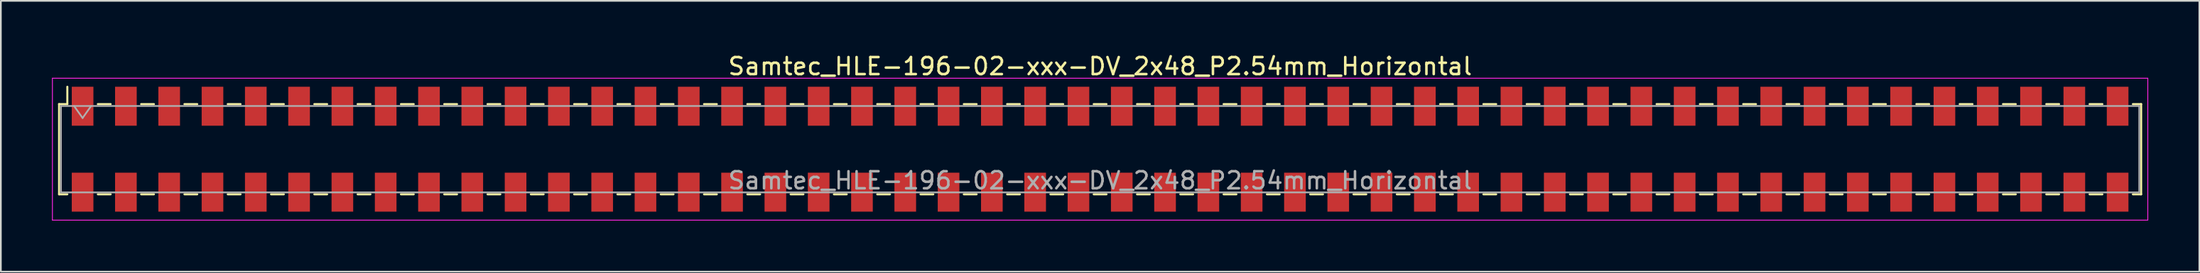
<source format=kicad_pcb>
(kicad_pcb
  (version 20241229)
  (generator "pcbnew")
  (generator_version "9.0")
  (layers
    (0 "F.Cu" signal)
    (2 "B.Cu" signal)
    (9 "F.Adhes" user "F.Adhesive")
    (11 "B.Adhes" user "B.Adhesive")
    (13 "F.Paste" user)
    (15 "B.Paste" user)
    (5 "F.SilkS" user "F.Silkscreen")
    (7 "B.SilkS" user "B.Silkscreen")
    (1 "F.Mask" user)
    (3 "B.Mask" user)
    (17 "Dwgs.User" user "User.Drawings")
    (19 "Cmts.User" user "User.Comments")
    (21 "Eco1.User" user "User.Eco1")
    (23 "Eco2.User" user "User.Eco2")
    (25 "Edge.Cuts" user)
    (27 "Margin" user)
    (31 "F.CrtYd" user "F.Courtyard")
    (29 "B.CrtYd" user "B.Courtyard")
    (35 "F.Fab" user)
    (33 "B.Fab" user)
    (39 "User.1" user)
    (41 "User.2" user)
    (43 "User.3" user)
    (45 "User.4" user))
  (footprint "Samtec_HLE-196-02-xxx-DV_2x48_P2.54mm_Horizontal"
    (layer "F.Cu")
    (at 61.485 5.718)
    (property "Reference" "Samtec_HLE-196-02-xxx-DV_2x48_P2.54mm_Horizontal" (at 0 -4.87 0) (layer "F.SilkS") (effects (font (size 1 1) (thickness 0.15))))
    (attr smd)
    (fp_line (start -61.07 -2.65) (end -61.07 2.65) (stroke (width 0.12) (type solid)) (layer "F.SilkS"))
    (fp_line (start -61.07 2.65) (end -60.585 2.65) (stroke (width 0.12) (type solid)) (layer "F.SilkS"))
    (fp_line (start -60.585 -3.67) (end -60.585 -2.65) (stroke (width 0.12) (type solid)) (layer "F.SilkS"))
    (fp_line (start -60.585 -2.65) (end -61.07 -2.65) (stroke (width 0.12) (type solid)) (layer "F.SilkS"))
    (fp_line (start -58.795 -2.65) (end -58.045 -2.65) (stroke (width 0.12) (type solid)) (layer "F.SilkS"))
    (fp_line (start -58.795 2.65) (end -58.045 2.65) (stroke (width 0.12) (type solid)) (layer "F.SilkS"))
    (fp_line (start -56.255 -2.65) (end -55.505 -2.65) (stroke (width 0.12) (type solid)) (layer "F.SilkS"))
    (fp_line (start -56.255 2.65) (end -55.505 2.65) (stroke (width 0.12) (type solid)) (layer "F.SilkS"))
    (fp_line (start -53.715 -2.65) (end -52.965 -2.65) (stroke (width 0.12) (type solid)) (layer "F.SilkS"))
    (fp_line (start -53.715 2.65) (end -52.965 2.65) (stroke (width 0.12) (type solid)) (layer "F.SilkS"))
    (fp_line (start -51.175 -2.65) (end -50.425 -2.65) (stroke (width 0.12) (type solid)) (layer "F.SilkS"))
    (fp_line (start -51.175 2.65) (end -50.425 2.65) (stroke (width 0.12) (type solid)) (layer "F.SilkS"))
    (fp_line (start -48.635 -2.65) (end -47.885 -2.65) (stroke (width 0.12) (type solid)) (layer "F.SilkS"))
    (fp_line (start -48.635 2.65) (end -47.885 2.65) (stroke (width 0.12) (type solid)) (layer "F.SilkS"))
    (fp_line (start -46.095 -2.65) (end -45.345 -2.65) (stroke (width 0.12) (type solid)) (layer "F.SilkS"))
    (fp_line (start -46.095 2.65) (end -45.345 2.65) (stroke (width 0.12) (type solid)) (layer "F.SilkS"))
    (fp_line (start -43.555 -2.65) (end -42.805 -2.65) (stroke (width 0.12) (type solid)) (layer "F.SilkS"))
    (fp_line (start -43.555 2.65) (end -42.805 2.65) (stroke (width 0.12) (type solid)) (layer "F.SilkS"))
    (fp_line (start -41.015 -2.65) (end -40.265 -2.65) (stroke (width 0.12) (type solid)) (layer "F.SilkS"))
    (fp_line (start -41.015 2.65) (end -40.265 2.65) (stroke (width 0.12) (type solid)) (layer "F.SilkS"))
    (fp_line (start -38.475 -2.65) (end -37.725 -2.65) (stroke (width 0.12) (type solid)) (layer "F.SilkS"))
    (fp_line (start -38.475 2.65) (end -37.725 2.65) (stroke (width 0.12) (type solid)) (layer "F.SilkS"))
    (fp_line (start -35.935 -2.65) (end -35.185 -2.65) (stroke (width 0.12) (type solid)) (layer "F.SilkS"))
    (fp_line (start -35.935 2.65) (end -35.185 2.65) (stroke (width 0.12) (type solid)) (layer "F.SilkS"))
    (fp_line (start -33.395 -2.65) (end -32.645 -2.65) (stroke (width 0.12) (type solid)) (layer "F.SilkS"))
    (fp_line (start -33.395 2.65) (end -32.645 2.65) (stroke (width 0.12) (type solid)) (layer "F.SilkS"))
    (fp_line (start -30.855 -2.65) (end -30.105 -2.65) (stroke (width 0.12) (type solid)) (layer "F.SilkS"))
    (fp_line (start -30.855 2.65) (end -30.105 2.65) (stroke (width 0.12) (type solid)) (layer "F.SilkS"))
    (fp_line (start -28.315 -2.65) (end -27.565 -2.65) (stroke (width 0.12) (type solid)) (layer "F.SilkS"))
    (fp_line (start -28.315 2.65) (end -27.565 2.65) (stroke (width 0.12) (type solid)) (layer "F.SilkS"))
    (fp_line (start -25.775 -2.65) (end -25.025 -2.65) (stroke (width 0.12) (type solid)) (layer "F.SilkS"))
    (fp_line (start -25.775 2.65) (end -25.025 2.65) (stroke (width 0.12) (type solid)) (layer "F.SilkS"))
    (fp_line (start -23.235 -2.65) (end -22.485 -2.65) (stroke (width 0.12) (type solid)) (layer "F.SilkS"))
    (fp_line (start -23.235 2.65) (end -22.485 2.65) (stroke (width 0.12) (type solid)) (layer "F.SilkS"))
    (fp_line (start -20.695 -2.65) (end -19.945 -2.65) (stroke (width 0.12) (type solid)) (layer "F.SilkS"))
    (fp_line (start -20.695 2.65) (end -19.945 2.65) (stroke (width 0.12) (type solid)) (layer "F.SilkS"))
    (fp_line (start -18.155 -2.65) (end -17.405 -2.65) (stroke (width 0.12) (type solid)) (layer "F.SilkS"))
    (fp_line (start -18.155 2.65) (end -17.405 2.65) (stroke (width 0.12) (type solid)) (layer "F.SilkS"))
    (fp_line (start -15.615 -2.65) (end -14.865 -2.65) (stroke (width 0.12) (type solid)) (layer "F.SilkS"))
    (fp_line (start -15.615 2.65) (end -14.865 2.65) (stroke (width 0.12) (type solid)) (layer "F.SilkS"))
    (fp_line (start -13.075 -2.65) (end -12.325 -2.65) (stroke (width 0.12) (type solid)) (layer "F.SilkS"))
    (fp_line (start -13.075 2.65) (end -12.325 2.65) (stroke (width 0.12) (type solid)) (layer "F.SilkS"))
    (fp_line (start -10.535 -2.65) (end -9.785 -2.65) (stroke (width 0.12) (type solid)) (layer "F.SilkS"))
    (fp_line (start -10.535 2.65) (end -9.785 2.65) (stroke (width 0.12) (type solid)) (layer "F.SilkS"))
    (fp_line (start -7.995 -2.65) (end -7.245 -2.65) (stroke (width 0.12) (type solid)) (layer "F.SilkS"))
    (fp_line (start -7.995 2.65) (end -7.245 2.65) (stroke (width 0.12) (type solid)) (layer "F.SilkS"))
    (fp_line (start -5.455 -2.65) (end -4.705 -2.65) (stroke (width 0.12) (type solid)) (layer "F.SilkS"))
    (fp_line (start -5.455 2.65) (end -4.705 2.65) (stroke (width 0.12) (type solid)) (layer "F.SilkS"))
    (fp_line (start -2.915 -2.65) (end -2.165 -2.65) (stroke (width 0.12) (type solid)) (layer "F.SilkS"))
    (fp_line (start -2.915 2.65) (end -2.165 2.65) (stroke (width 0.12) (type solid)) (layer "F.SilkS"))
    (fp_line (start -0.375 -2.65) (end 0.375 -2.65) (stroke (width 0.12) (type solid)) (layer "F.SilkS"))
    (fp_line (start -0.375 2.65) (end 0.375 2.65) (stroke (width 0.12) (type solid)) (layer "F.SilkS"))
    (fp_line (start 2.165 -2.65) (end 2.915 -2.65) (stroke (width 0.12) (type solid)) (layer "F.SilkS"))
    (fp_line (start 2.165 2.65) (end 2.915 2.65) (stroke (width 0.12) (type solid)) (layer "F.SilkS"))
    (fp_line (start 4.705 -2.65) (end 5.455 -2.65) (stroke (width 0.12) (type solid)) (layer "F.SilkS"))
    (fp_line (start 4.705 2.65) (end 5.455 2.65) (stroke (width 0.12) (type solid)) (layer "F.SilkS"))
    (fp_line (start 7.245 -2.65) (end 7.995 -2.65) (stroke (width 0.12) (type solid)) (layer "F.SilkS"))
    (fp_line (start 7.245 2.65) (end 7.995 2.65) (stroke (width 0.12) (type solid)) (layer "F.SilkS"))
    (fp_line (start 9.785 -2.65) (end 10.535 -2.65) (stroke (width 0.12) (type solid)) (layer "F.SilkS"))
    (fp_line (start 9.785 2.65) (end 10.535 2.65) (stroke (width 0.12) (type solid)) (layer "F.SilkS"))
    (fp_line (start 12.325 -2.65) (end 13.075 -2.65) (stroke (width 0.12) (type solid)) (layer "F.SilkS"))
    (fp_line (start 12.325 2.65) (end 13.075 2.65) (stroke (width 0.12) (type solid)) (layer "F.SilkS"))
    (fp_line (start 14.865 -2.65) (end 15.615 -2.65) (stroke (width 0.12) (type solid)) (layer "F.SilkS"))
    (fp_line (start 14.865 2.65) (end 15.615 2.65) (stroke (width 0.12) (type solid)) (layer "F.SilkS"))
    (fp_line (start 17.405 -2.65) (end 18.155 -2.65) (stroke (width 0.12) (type solid)) (layer "F.SilkS"))
    (fp_line (start 17.405 2.65) (end 18.155 2.65) (stroke (width 0.12) (type solid)) (layer "F.SilkS"))
    (fp_line (start 19.945 -2.65) (end 20.695 -2.65) (stroke (width 0.12) (type solid)) (layer "F.SilkS"))
    (fp_line (start 19.945 2.65) (end 20.695 2.65) (stroke (width 0.12) (type solid)) (layer "F.SilkS"))
    (fp_line (start 22.485 -2.65) (end 23.235 -2.65) (stroke (width 0.12) (type solid)) (layer "F.SilkS"))
    (fp_line (start 22.485 2.65) (end 23.235 2.65) (stroke (width 0.12) (type solid)) (layer "F.SilkS"))
    (fp_line (start 25.025 -2.65) (end 25.775 -2.65) (stroke (width 0.12) (type solid)) (layer "F.SilkS"))
    (fp_line (start 25.025 2.65) (end 25.775 2.65) (stroke (width 0.12) (type solid)) (layer "F.SilkS"))
    (fp_line (start 27.565 -2.65) (end 28.315 -2.65) (stroke (width 0.12) (type solid)) (layer "F.SilkS"))
    (fp_line (start 27.565 2.65) (end 28.315 2.65) (stroke (width 0.12) (type solid)) (layer "F.SilkS"))
    (fp_line (start 30.105 -2.65) (end 30.855 -2.65) (stroke (width 0.12) (type solid)) (layer "F.SilkS"))
    (fp_line (start 30.105 2.65) (end 30.855 2.65) (stroke (width 0.12) (type solid)) (layer "F.SilkS"))
    (fp_line (start 32.645 -2.65) (end 33.395 -2.65) (stroke (width 0.12) (type solid)) (layer "F.SilkS"))
    (fp_line (start 32.645 2.65) (end 33.395 2.65) (stroke (width 0.12) (type solid)) (layer "F.SilkS"))
    (fp_line (start 35.185 -2.65) (end 35.935 -2.65) (stroke (width 0.12) (type solid)) (layer "F.SilkS"))
    (fp_line (start 35.185 2.65) (end 35.935 2.65) (stroke (width 0.12) (type solid)) (layer "F.SilkS"))
    (fp_line (start 37.725 -2.65) (end 38.475 -2.65) (stroke (width 0.12) (type solid)) (layer "F.SilkS"))
    (fp_line (start 37.725 2.65) (end 38.475 2.65) (stroke (width 0.12) (type solid)) (layer "F.SilkS"))
    (fp_line (start 40.265 -2.65) (end 41.015 -2.65) (stroke (width 0.12) (type solid)) (layer "F.SilkS"))
    (fp_line (start 40.265 2.65) (end 41.015 2.65) (stroke (width 0.12) (type solid)) (layer "F.SilkS"))
    (fp_line (start 42.805 -2.65) (end 43.555 -2.65) (stroke (width 0.12) (type solid)) (layer "F.SilkS"))
    (fp_line (start 42.805 2.65) (end 43.555 2.65) (stroke (width 0.12) (type solid)) (layer "F.SilkS"))
    (fp_line (start 45.345 -2.65) (end 46.095 -2.65) (stroke (width 0.12) (type solid)) (layer "F.SilkS"))
    (fp_line (start 45.345 2.65) (end 46.095 2.65) (stroke (width 0.12) (type solid)) (layer "F.SilkS"))
    (fp_line (start 47.885 -2.65) (end 48.635 -2.65) (stroke (width 0.12) (type solid)) (layer "F.SilkS"))
    (fp_line (start 47.885 2.65) (end 48.635 2.65) (stroke (width 0.12) (type solid)) (layer "F.SilkS"))
    (fp_line (start 50.425 -2.65) (end 51.175 -2.65) (stroke (width 0.12) (type solid)) (layer "F.SilkS"))
    (fp_line (start 50.425 2.65) (end 51.175 2.65) (stroke (width 0.12) (type solid)) (layer "F.SilkS"))
    (fp_line (start 52.965 -2.65) (end 53.715 -2.65) (stroke (width 0.12) (type solid)) (layer "F.SilkS"))
    (fp_line (start 52.965 2.65) (end 53.715 2.65) (stroke (width 0.12) (type solid)) (layer "F.SilkS"))
    (fp_line (start 55.505 -2.65) (end 56.255 -2.65) (stroke (width 0.12) (type solid)) (layer "F.SilkS"))
    (fp_line (start 55.505 2.65) (end 56.255 2.65) (stroke (width 0.12) (type solid)) (layer "F.SilkS"))
    (fp_line (start 58.045 -2.65) (end 58.795 -2.65) (stroke (width 0.12) (type solid)) (layer "F.SilkS"))
    (fp_line (start 58.045 2.65) (end 58.795 2.65) (stroke (width 0.12) (type solid)) (layer "F.SilkS"))
    (fp_line (start 60.585 -2.65) (end 61.07 -2.65) (stroke (width 0.12) (type solid)) (layer "F.SilkS"))
    (fp_line (start 61.07 -2.65) (end 61.07 2.65) (stroke (width 0.12) (type solid)) (layer "F.SilkS"))
    (fp_line (start 61.07 2.65) (end 60.585 2.65) (stroke (width 0.12) (type solid)) (layer "F.SilkS"))
    (fp_line (start -61.46 -4.17) (end 61.46 -4.17) (stroke (width 0.05) (type solid)) (layer "F.CrtYd"))
    (fp_line (start -61.46 4.17) (end -61.46 -4.17) (stroke (width 0.05) (type solid)) (layer "F.CrtYd"))
    (fp_line (start 61.46 -4.17) (end 61.46 4.17) (stroke (width 0.05) (type solid)) (layer "F.CrtYd"))
    (fp_line (start 61.46 4.17) (end -61.46 4.17) (stroke (width 0.05) (type solid)) (layer "F.CrtYd"))
    (fp_line (start -60.96 -2.54) (end 60.96 -2.54) (stroke (width 0.1) (type solid)) (layer "F.Fab"))
    (fp_line (start -60.96 2.54) (end -60.96 -2.54) (stroke (width 0.1) (type solid)) (layer "F.Fab"))
    (fp_line (start -60.19 -2.54) (end -59.69 -1.833) (stroke (width 0.1) (type solid)) (layer "F.Fab"))
    (fp_line (start -59.69 -1.833) (end -59.19 -2.54) (stroke (width 0.1) (type solid)) (layer "F.Fab"))
    (fp_line (start 60.96 -2.54) (end 60.96 2.54) (stroke (width 0.1) (type solid)) (layer "F.Fab"))
    (fp_line (start 60.96 2.54) (end -60.96 2.54) (stroke (width 0.1) (type solid)) (layer "F.Fab"))
    (fp_text user "${REFERENCE}" (at 0 1.84 0) (layer "F.Fab") (effects (font (size 1 1) (thickness 0.15))))
    (pad "1" smd rect (at -59.69 -2.525) (size 1.27 2.29) (layers "F.Cu" "F.Mask" "F.Paste"))
    (pad "2" smd rect (at -59.69 2.525) (size 1.27 2.29) (layers "F.Cu" "F.Mask" "F.Paste"))
    (pad "3" smd rect (at -57.15 -2.525) (size 1.27 2.29) (layers "F.Cu" "F.Mask" "F.Paste"))
    (pad "4" smd rect (at -57.15 2.525) (size 1.27 2.29) (layers "F.Cu" "F.Mask" "F.Paste"))
    (pad "5" smd rect (at -54.61 -2.525) (size 1.27 2.29) (layers "F.Cu" "F.Mask" "F.Paste"))
    (pad "6" smd rect (at -54.61 2.525) (size 1.27 2.29) (layers "F.Cu" "F.Mask" "F.Paste"))
    (pad "7" smd rect (at -52.07 -2.525) (size 1.27 2.29) (layers "F.Cu" "F.Mask" "F.Paste"))
    (pad "8" smd rect (at -52.07 2.525) (size 1.27 2.29) (layers "F.Cu" "F.Mask" "F.Paste"))
    (pad "9" smd rect (at -49.53 -2.525) (size 1.27 2.29) (layers "F.Cu" "F.Mask" "F.Paste"))
    (pad "10" smd rect (at -49.53 2.525) (size 1.27 2.29) (layers "F.Cu" "F.Mask" "F.Paste"))
    (pad "11" smd rect (at -46.99 -2.525) (size 1.27 2.29) (layers "F.Cu" "F.Mask" "F.Paste"))
    (pad "12" smd rect (at -46.99 2.525) (size 1.27 2.29) (layers "F.Cu" "F.Mask" "F.Paste"))
    (pad "13" smd rect (at -44.45 -2.525) (size 1.27 2.29) (layers "F.Cu" "F.Mask" "F.Paste"))
    (pad "14" smd rect (at -44.45 2.525) (size 1.27 2.29) (layers "F.Cu" "F.Mask" "F.Paste"))
    (pad "15" smd rect (at -41.91 -2.525) (size 1.27 2.29) (layers "F.Cu" "F.Mask" "F.Paste"))
    (pad "16" smd rect (at -41.91 2.525) (size 1.27 2.29) (layers "F.Cu" "F.Mask" "F.Paste"))
    (pad "17" smd rect (at -39.37 -2.525) (size 1.27 2.29) (layers "F.Cu" "F.Mask" "F.Paste"))
    (pad "18" smd rect (at -39.37 2.525) (size 1.27 2.29) (layers "F.Cu" "F.Mask" "F.Paste"))
    (pad "19" smd rect (at -36.83 -2.525) (size 1.27 2.29) (layers "F.Cu" "F.Mask" "F.Paste"))
    (pad "20" smd rect (at -36.83 2.525) (size 1.27 2.29) (layers "F.Cu" "F.Mask" "F.Paste"))
    (pad "21" smd rect (at -34.29 -2.525) (size 1.27 2.29) (layers "F.Cu" "F.Mask" "F.Paste"))
    (pad "22" smd rect (at -34.29 2.525) (size 1.27 2.29) (layers "F.Cu" "F.Mask" "F.Paste"))
    (pad "23" smd rect (at -31.75 -2.525) (size 1.27 2.29) (layers "F.Cu" "F.Mask" "F.Paste"))
    (pad "24" smd rect (at -31.75 2.525) (size 1.27 2.29) (layers "F.Cu" "F.Mask" "F.Paste"))
    (pad "25" smd rect (at -29.21 -2.525) (size 1.27 2.29) (layers "F.Cu" "F.Mask" "F.Paste"))
    (pad "26" smd rect (at -29.21 2.525) (size 1.27 2.29) (layers "F.Cu" "F.Mask" "F.Paste"))
    (pad "27" smd rect (at -26.67 -2.525) (size 1.27 2.29) (layers "F.Cu" "F.Mask" "F.Paste"))
    (pad "28" smd rect (at -26.67 2.525) (size 1.27 2.29) (layers "F.Cu" "F.Mask" "F.Paste"))
    (pad "29" smd rect (at -24.13 -2.525) (size 1.27 2.29) (layers "F.Cu" "F.Mask" "F.Paste"))
    (pad "30" smd rect (at -24.13 2.525) (size 1.27 2.29) (layers "F.Cu" "F.Mask" "F.Paste"))
    (pad "31" smd rect (at -21.59 -2.525) (size 1.27 2.29) (layers "F.Cu" "F.Mask" "F.Paste"))
    (pad "32" smd rect (at -21.59 2.525) (size 1.27 2.29) (layers "F.Cu" "F.Mask" "F.Paste"))
    (pad "33" smd rect (at -19.05 -2.525) (size 1.27 2.29) (layers "F.Cu" "F.Mask" "F.Paste"))
    (pad "34" smd rect (at -19.05 2.525) (size 1.27 2.29) (layers "F.Cu" "F.Mask" "F.Paste"))
    (pad "35" smd rect (at -16.51 -2.525) (size 1.27 2.29) (layers "F.Cu" "F.Mask" "F.Paste"))
    (pad "36" smd rect (at -16.51 2.525) (size 1.27 2.29) (layers "F.Cu" "F.Mask" "F.Paste"))
    (pad "37" smd rect (at -13.97 -2.525) (size 1.27 2.29) (layers "F.Cu" "F.Mask" "F.Paste"))
    (pad "38" smd rect (at -13.97 2.525) (size 1.27 2.29) (layers "F.Cu" "F.Mask" "F.Paste"))
    (pad "39" smd rect (at -11.43 -2.525) (size 1.27 2.29) (layers "F.Cu" "F.Mask" "F.Paste"))
    (pad "40" smd rect (at -11.43 2.525) (size 1.27 2.29) (layers "F.Cu" "F.Mask" "F.Paste"))
    (pad "41" smd rect (at -8.89 -2.525) (size 1.27 2.29) (layers "F.Cu" "F.Mask" "F.Paste"))
    (pad "42" smd rect (at -8.89 2.525) (size 1.27 2.29) (layers "F.Cu" "F.Mask" "F.Paste"))
    (pad "43" smd rect (at -6.35 -2.525) (size 1.27 2.29) (layers "F.Cu" "F.Mask" "F.Paste"))
    (pad "44" smd rect (at -6.35 2.525) (size 1.27 2.29) (layers "F.Cu" "F.Mask" "F.Paste"))
    (pad "45" smd rect (at -3.81 -2.525) (size 1.27 2.29) (layers "F.Cu" "F.Mask" "F.Paste"))
    (pad "46" smd rect (at -3.81 2.525) (size 1.27 2.29) (layers "F.Cu" "F.Mask" "F.Paste"))
    (pad "47" smd rect (at -1.27 -2.525) (size 1.27 2.29) (layers "F.Cu" "F.Mask" "F.Paste"))
    (pad "48" smd rect (at -1.27 2.525) (size 1.27 2.29) (layers "F.Cu" "F.Mask" "F.Paste"))
    (pad "49" smd rect (at 1.27 -2.525) (size 1.27 2.29) (layers "F.Cu" "F.Mask" "F.Paste"))
    (pad "50" smd rect (at 1.27 2.525) (size 1.27 2.29) (layers "F.Cu" "F.Mask" "F.Paste"))
    (pad "51" smd rect (at 3.81 -2.525) (size 1.27 2.29) (layers "F.Cu" "F.Mask" "F.Paste"))
    (pad "52" smd rect (at 3.81 2.525) (size 1.27 2.29) (layers "F.Cu" "F.Mask" "F.Paste"))
    (pad "53" smd rect (at 6.35 -2.525) (size 1.27 2.29) (layers "F.Cu" "F.Mask" "F.Paste"))
    (pad "54" smd rect (at 6.35 2.525) (size 1.27 2.29) (layers "F.Cu" "F.Mask" "F.Paste"))
    (pad "55" smd rect (at 8.89 -2.525) (size 1.27 2.29) (layers "F.Cu" "F.Mask" "F.Paste"))
    (pad "56" smd rect (at 8.89 2.525) (size 1.27 2.29) (layers "F.Cu" "F.Mask" "F.Paste"))
    (pad "57" smd rect (at 11.43 -2.525) (size 1.27 2.29) (layers "F.Cu" "F.Mask" "F.Paste"))
    (pad "58" smd rect (at 11.43 2.525) (size 1.27 2.29) (layers "F.Cu" "F.Mask" "F.Paste"))
    (pad "59" smd rect (at 13.97 -2.525) (size 1.27 2.29) (layers "F.Cu" "F.Mask" "F.Paste"))
    (pad "60" smd rect (at 13.97 2.525) (size 1.27 2.29) (layers "F.Cu" "F.Mask" "F.Paste"))
    (pad "61" smd rect (at 16.51 -2.525) (size 1.27 2.29) (layers "F.Cu" "F.Mask" "F.Paste"))
    (pad "62" smd rect (at 16.51 2.525) (size 1.27 2.29) (layers "F.Cu" "F.Mask" "F.Paste"))
    (pad "63" smd rect (at 19.05 -2.525) (size 1.27 2.29) (layers "F.Cu" "F.Mask" "F.Paste"))
    (pad "64" smd rect (at 19.05 2.525) (size 1.27 2.29) (layers "F.Cu" "F.Mask" "F.Paste"))
    (pad "65" smd rect (at 21.59 -2.525) (size 1.27 2.29) (layers "F.Cu" "F.Mask" "F.Paste"))
    (pad "66" smd rect (at 21.59 2.525) (size 1.27 2.29) (layers "F.Cu" "F.Mask" "F.Paste"))
    (pad "67" smd rect (at 24.13 -2.525) (size 1.27 2.29) (layers "F.Cu" "F.Mask" "F.Paste"))
    (pad "68" smd rect (at 24.13 2.525) (size 1.27 2.29) (layers "F.Cu" "F.Mask" "F.Paste"))
    (pad "69" smd rect (at 26.67 -2.525) (size 1.27 2.29) (layers "F.Cu" "F.Mask" "F.Paste"))
    (pad "70" smd rect (at 26.67 2.525) (size 1.27 2.29) (layers "F.Cu" "F.Mask" "F.Paste"))
    (pad "71" smd rect (at 29.21 -2.525) (size 1.27 2.29) (layers "F.Cu" "F.Mask" "F.Paste"))
    (pad "72" smd rect (at 29.21 2.525) (size 1.27 2.29) (layers "F.Cu" "F.Mask" "F.Paste"))
    (pad "73" smd rect (at 31.75 -2.525) (size 1.27 2.29) (layers "F.Cu" "F.Mask" "F.Paste"))
    (pad "74" smd rect (at 31.75 2.525) (size 1.27 2.29) (layers "F.Cu" "F.Mask" "F.Paste"))
    (pad "75" smd rect (at 34.29 -2.525) (size 1.27 2.29) (layers "F.Cu" "F.Mask" "F.Paste"))
    (pad "76" smd rect (at 34.29 2.525) (size 1.27 2.29) (layers "F.Cu" "F.Mask" "F.Paste"))
    (pad "77" smd rect (at 36.83 -2.525) (size 1.27 2.29) (layers "F.Cu" "F.Mask" "F.Paste"))
    (pad "78" smd rect (at 36.83 2.525) (size 1.27 2.29) (layers "F.Cu" "F.Mask" "F.Paste"))
    (pad "79" smd rect (at 39.37 -2.525) (size 1.27 2.29) (layers "F.Cu" "F.Mask" "F.Paste"))
    (pad "80" smd rect (at 39.37 2.525) (size 1.27 2.29) (layers "F.Cu" "F.Mask" "F.Paste"))
    (pad "81" smd rect (at 41.91 -2.525) (size 1.27 2.29) (layers "F.Cu" "F.Mask" "F.Paste"))
    (pad "82" smd rect (at 41.91 2.525) (size 1.27 2.29) (layers "F.Cu" "F.Mask" "F.Paste"))
    (pad "83" smd rect (at 44.45 -2.525) (size 1.27 2.29) (layers "F.Cu" "F.Mask" "F.Paste"))
    (pad "84" smd rect (at 44.45 2.525) (size 1.27 2.29) (layers "F.Cu" "F.Mask" "F.Paste"))
    (pad "85" smd rect (at 46.99 -2.525) (size 1.27 2.29) (layers "F.Cu" "F.Mask" "F.Paste"))
    (pad "86" smd rect (at 46.99 2.525) (size 1.27 2.29) (layers "F.Cu" "F.Mask" "F.Paste"))
    (pad "87" smd rect (at 49.53 -2.525) (size 1.27 2.29) (layers "F.Cu" "F.Mask" "F.Paste"))
    (pad "88" smd rect (at 49.53 2.525) (size 1.27 2.29) (layers "F.Cu" "F.Mask" "F.Paste"))
    (pad "89" smd rect (at 52.07 -2.525) (size 1.27 2.29) (layers "F.Cu" "F.Mask" "F.Paste"))
    (pad "90" smd rect (at 52.07 2.525) (size 1.27 2.29) (layers "F.Cu" "F.Mask" "F.Paste"))
    (pad "91" smd rect (at 54.61 -2.525) (size 1.27 2.29) (layers "F.Cu" "F.Mask" "F.Paste"))
    (pad "92" smd rect (at 54.61 2.525) (size 1.27 2.29) (layers "F.Cu" "F.Mask" "F.Paste"))
    (pad "93" smd rect (at 57.15 -2.525) (size 1.27 2.29) (layers "F.Cu" "F.Mask" "F.Paste"))
    (pad "94" smd rect (at 57.15 2.525) (size 1.27 2.29) (layers "F.Cu" "F.Mask" "F.Paste"))
    (pad "95" smd rect (at 59.69 -2.525) (size 1.27 2.29) (layers "F.Cu" "F.Mask" "F.Paste"))
    (pad "96" smd rect (at 59.69 2.525) (size 1.27 2.29) (layers "F.Cu" "F.Mask" "F.Paste")))
  (gr_rect
    (start -3 -3)
    (end 125.97 12.913)
    (stroke (width 0.1) (type default))
    (fill no)
    (layer "Edge.Cuts")))
</source>
